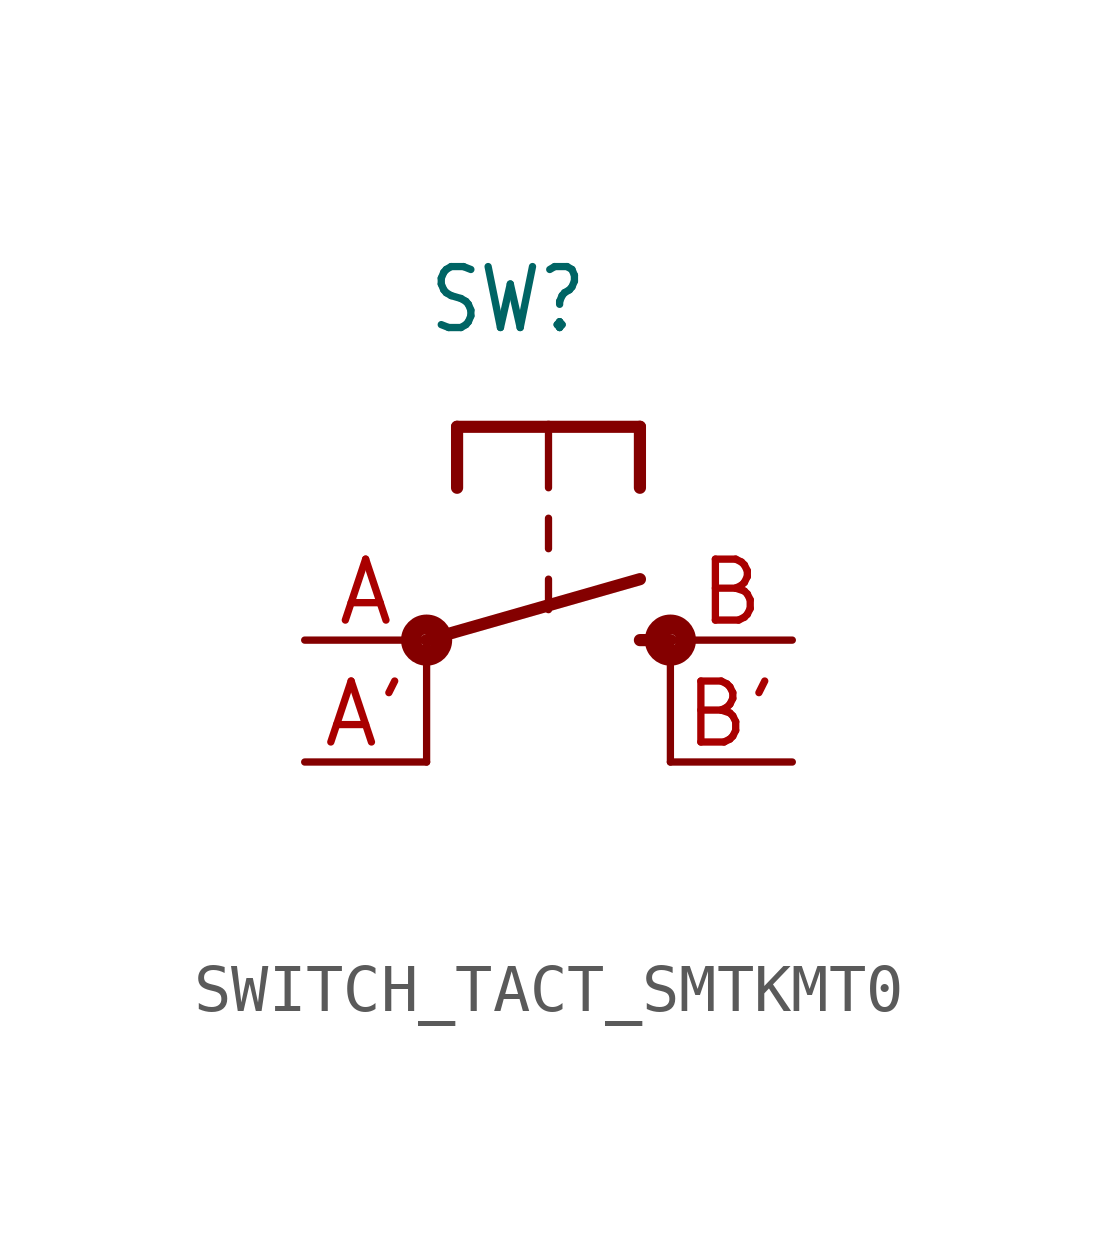
<source format=kicad_sym>
(kicad_symbol_lib
  (version 20220914)
  (generator kicad_symbol_editor)
  (symbol "SWITCH_TACT_SMTKMT0"
    (property "Reference" "SW"
      (at -2.54 6.35 0)
      (effects (font (size 1.27 1.079)) (justify left bottom)))
    (property "Value" ""
      (at -2.54 -5.08 0)
      (effects (font (size 1.27 1.079)) (justify left bottom)))
    (property "ki_locked" ""
      (at 0 0 0)
      (effects (font (size 1.27 1.27))))
    (symbol "SWITCH_TACT_SMTKMT0_1_0"
      (circle (center -2.54 0) (radius 0.127) (stroke (width 0.406) (type solid)) (fill (type none)))
      (polyline (pts (xy -2.54 -2.54) (xy -2.54 0)) (stroke (width 0.152) (type solid)) (fill (type none)))
      (polyline (pts (xy -2.54 0) (xy 1.905 1.27)) (stroke (width 0.254) (type solid)) (fill (type none)))
      (polyline (pts (xy -1.905 4.445) (xy -1.905 3.175)) (stroke (width 0.254) (type solid)) (fill (type none)))
      (polyline (pts (xy 0 1.27) (xy 0 0.635)) (stroke (width 0.152) (type solid)) (fill (type none)))
      (polyline (pts (xy 0 2.54) (xy 0 1.905)) (stroke (width 0.152) (type solid)) (fill (type none)))
      (polyline (pts (xy 0 4.445) (xy -1.905 4.445)) (stroke (width 0.254) (type solid)) (fill (type none)))
      (polyline (pts (xy 0 4.445) (xy 0 3.175)) (stroke (width 0.152) (type solid)) (fill (type none)))
      (polyline (pts (xy 1.905 0) (xy 2.54 0)) (stroke (width 0.254) (type solid)) (fill (type none)))
      (polyline (pts (xy 1.905 4.445) (xy 0 4.445)) (stroke (width 0.254) (type solid)) (fill (type none)))
      (polyline (pts (xy 1.905 4.445) (xy 1.905 3.175)) (stroke (width 0.254) (type solid)) (fill (type none)))
      (polyline (pts (xy 2.54 -2.54) (xy 2.54 0)) (stroke (width 0.152) (type solid)) (fill (type none)))
      (circle (center 2.54 0) (radius 0.127) (stroke (width 0.406) (type solid)) (fill (type none)))
      (pin passive line (at -5.08 0 0) (length 2.54) (name "P" (effects (font (size 0 0)))) (number "A" (effects (font (size 1.27 1.27)))))
      (pin passive line (at -5.08 -2.54 0) (length 2.54) (name "P1" (effects (font (size 0 0)))) (number "A'" (effects (font (size 1.27 1.27)))))
      (pin passive line (at 5.08 0 180) (length 2.54) (name "S" (effects (font (size 0 0)))) (number "B" (effects (font (size 1.27 1.27)))))
      (pin passive line (at 5.08 -2.54 180) (length 2.54) (name "S1" (effects (font (size 0 0)))) (number "B'" (effects (font (size 1.27 1.27))))))))
</source>
